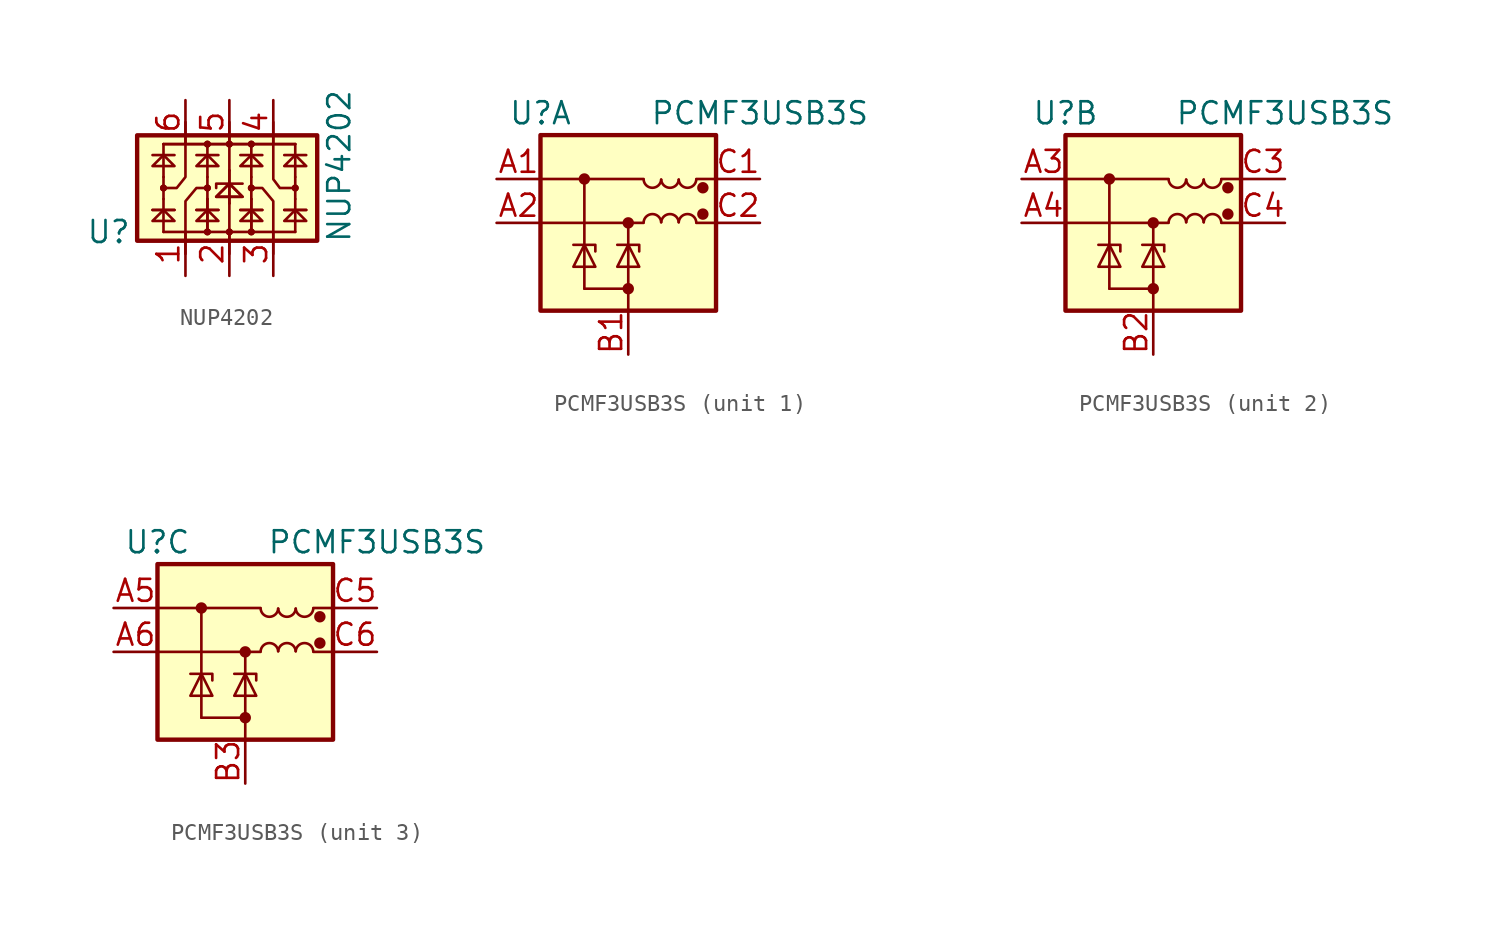
<source format=kicad_sym>
(kicad_symbol_lib
  (version 20241209)
  (generator "kicad_symbol_editor")
  (generator_version "9.0")
  (symbol "NUP4202"
    (property "Reference" "U"
      (at -6.985 -2.54 0)
      (effects (font (size 1.27 1.27))))
    (property "Value" "NUP4202"
      (at 6.35 1.27 90)
      (effects (font (size 1.27 1.27))))
    (symbol "NUP4202_0_1"
      (rectangle (start -5.334 3.048) (end 5.08 -3.048) (stroke (width 0.254) (type default)) (fill (type background)))
      (polyline (pts (xy -4.445 1.905) (xy -3.175 1.905)) (stroke (width 0) (type default)) (fill (type none)))
      (polyline (pts (xy -4.445 1.27) (xy -3.175 1.27) (xy -3.81 1.905) (xy -4.445 1.27)) (stroke (width 0) (type default)) (fill (type none)))
      (polyline (pts (xy -4.445 -1.27) (xy -3.175 -1.27)) (stroke (width 0) (type default)) (fill (type none)))
      (polyline (pts (xy -4.445 -1.27) (xy -3.175 -1.27)) (stroke (width 0) (type default)) (fill (type none)))
      (polyline (pts (xy -4.445 -1.905) (xy -3.175 -1.905) (xy -3.81 -1.27) (xy -4.445 -1.905)) (stroke (width 0) (type default)) (fill (type none)))
      (polyline (pts (xy -3.81 2.54) (xy 3.81 2.54)) (stroke (width 0) (type default)) (fill (type none)))
      (polyline (pts (xy -3.81 2.54) (xy 3.81 2.54)) (stroke (width 0) (type default)) (fill (type none)))
      (polyline (pts (xy -3.81 0.635) (xy -3.81 2.54)) (stroke (width 0) (type default)) (fill (type none)))
      (circle (center -3.81 0) (radius 0.127) (stroke (width 0) (type default)) (fill (type none)))
      (circle (center -3.81 0) (radius 0.127) (stroke (width 0) (type default)) (fill (type none)))
      (polyline (pts (xy -3.81 -0.635) (xy -3.81 0.635)) (stroke (width 0) (type default)) (fill (type none)))
      (polyline (pts (xy -3.81 -2.54) (xy -3.81 -0.635)) (stroke (width 0) (type default)) (fill (type none)))
      (polyline (pts (xy -3.81 -2.54) (xy 3.81 -2.54)) (stroke (width 0) (type default)) (fill (type none)))
      (polyline (pts (xy -2.54 3.81) (xy -2.54 0.635) (xy -3.048 0) (xy -3.937 0)) (stroke (width 0) (type default)) (fill (type none)))
      (polyline (pts (xy -2.54 -3.81) (xy -2.54 -0.762) (xy -1.905 0) (xy -1.27 0)) (stroke (width 0) (type default)) (fill (type none)))
      (polyline (pts (xy -1.905 1.905) (xy -0.635 1.905)) (stroke (width 0) (type default)) (fill (type none)))
      (polyline (pts (xy -1.905 1.27) (xy -0.635 1.27) (xy -1.27 1.905) (xy -1.905 1.27)) (stroke (width 0) (type default)) (fill (type none)))
      (polyline (pts (xy -1.905 -1.27) (xy -0.635 -1.27)) (stroke (width 0) (type default)) (fill (type none)))
      (polyline (pts (xy -1.905 -1.27) (xy -0.635 -1.27)) (stroke (width 0) (type default)) (fill (type none)))
      (polyline (pts (xy -1.905 -1.905) (xy -0.635 -1.905) (xy -1.27 -1.27) (xy -1.905 -1.905)) (stroke (width 0) (type default)) (fill (type none)))
      (circle (center -1.27 2.54) (radius 0.127) (stroke (width 0) (type default)) (fill (type none)))
      (circle (center -1.27 2.54) (radius 0.127) (stroke (width 0) (type default)) (fill (type none)))
      (polyline (pts (xy -1.27 0.635) (xy -1.27 2.54)) (stroke (width 0) (type default)) (fill (type none)))
      (polyline (pts (xy -1.27 0.635) (xy -1.27 -0.635)) (stroke (width 0) (type default)) (fill (type none)))
      (circle (center -1.27 0) (radius 0.127) (stroke (width 0) (type default)) (fill (type none)))
      (circle (center -1.27 0) (radius 0.127) (stroke (width 0) (type default)) (fill (type none)))
      (circle (center -1.27 -2.54) (radius 0.127) (stroke (width 0) (type default)) (fill (type none)))
      (circle (center -1.27 -2.54) (radius 0.127) (stroke (width 0) (type default)) (fill (type none)))
      (polyline (pts (xy -1.27 -2.54) (xy -1.27 -0.635)) (stroke (width 0) (type default)) (fill (type none)))
      (polyline (pts (xy -1.27 -2.54) (xy -1.27 -0.635)) (stroke (width 0) (type default)) (fill (type none)))
      (polyline (pts (xy -0.762 -0.508) (xy 0.762 -0.508) (xy 0 0.254) (xy -0.762 -0.508)) (stroke (width 0) (type default)) (fill (type none)))
      (polyline (pts (xy -0.762 -0.508) (xy 0.762 -0.508) (xy 0 0.254) (xy -0.762 -0.508)) (stroke (width 0) (type default)) (fill (type none)))
      (circle (center 0 2.54) (radius 0.127) (stroke (width 0) (type default)) (fill (type none)))
      (circle (center 0 2.54) (radius 0.127) (stroke (width 0) (type default)) (fill (type none)))
      (polyline (pts (xy 0 1.016) (xy 0 3.81)) (stroke (width 0) (type default)) (fill (type none)))
      (polyline (pts (xy 0 -0.889) (xy 0 1.016)) (stroke (width 0) (type default)) (fill (type none)))
      (polyline (pts (xy 0 -0.889) (xy 0 1.016)) (stroke (width 0) (type default)) (fill (type none)))
      (polyline (pts (xy 0 -0.889) (xy 0 -3.81)) (stroke (width 0) (type default)) (fill (type none)))
      (circle (center 0 -2.54) (radius 0.127) (stroke (width 0) (type default)) (fill (type none)))
      (circle (center 0 -2.54) (radius 0.127) (stroke (width 0) (type default)) (fill (type none)))
      (polyline (pts (xy 0.635 1.905) (xy 1.905 1.905)) (stroke (width 0) (type default)) (fill (type none)))
      (polyline (pts (xy 0.635 1.27) (xy 1.905 1.27) (xy 1.27 1.905) (xy 0.635 1.27)) (stroke (width 0) (type default)) (fill (type none)))
      (polyline (pts (xy 0.635 -1.27) (xy 1.905 -1.27)) (stroke (width 0) (type default)) (fill (type none)))
      (polyline (pts (xy 0.635 -1.27) (xy 1.905 -1.27)) (stroke (width 0) (type default)) (fill (type none)))
      (polyline (pts (xy 0.635 -1.905) (xy 1.905 -1.905) (xy 1.27 -1.27) (xy 0.635 -1.905)) (stroke (width 0) (type default)) (fill (type none)))
      (polyline (pts (xy 0.762 0.254) (xy -0.762 0.254) (xy -0.762 0)) (stroke (width 0) (type default)) (fill (type none)))
      (circle (center 1.27 2.54) (radius 0.127) (stroke (width 0) (type default)) (fill (type none)))
      (circle (center 1.27 2.54) (radius 0.127) (stroke (width 0) (type default)) (fill (type none)))
      (polyline (pts (xy 1.27 0.635) (xy 1.27 2.54)) (stroke (width 0) (type default)) (fill (type none)))
      (polyline (pts (xy 1.27 0.635) (xy 1.27 -0.635)) (stroke (width 0) (type default)) (fill (type none)))
      (circle (center 1.27 0) (radius 0.127) (stroke (width 0) (type default)) (fill (type none)))
      (circle (center 1.27 0) (radius 0.127) (stroke (width 0) (type default)) (fill (type none)))
      (polyline (pts (xy 1.27 -2.54) (xy 1.27 -0.635)) (stroke (width 0) (type default)) (fill (type none)))
      (polyline (pts (xy 1.27 -2.54) (xy 1.27 -0.635)) (stroke (width 0) (type default)) (fill (type none)))
      (circle (center 1.27 -2.54) (radius 0.127) (stroke (width 0) (type default)) (fill (type none)))
      (circle (center 1.27 -2.54) (radius 0.127) (stroke (width 0) (type default)) (fill (type none)))
      (polyline (pts (xy 2.54 3.81) (xy 2.54 0.508) (xy 2.921 0) (xy 3.81 0)) (stroke (width 0) (type default)) (fill (type none)))
      (polyline (pts (xy 2.54 -3.81) (xy 2.54 -0.762) (xy 1.905 0) (xy 1.143 0)) (stroke (width 0) (type default)) (fill (type none)))
      (polyline (pts (xy 3.175 1.905) (xy 4.445 1.905)) (stroke (width 0) (type default)) (fill (type none)))
      (polyline (pts (xy 3.175 1.27) (xy 4.445 1.27) (xy 3.81 1.905) (xy 3.175 1.27)) (stroke (width 0) (type default)) (fill (type none)))
      (polyline (pts (xy 3.175 -1.27) (xy 4.445 -1.27)) (stroke (width 0) (type default)) (fill (type none)))
      (polyline (pts (xy 3.175 -1.27) (xy 4.445 -1.27)) (stroke (width 0) (type default)) (fill (type none)))
      (polyline (pts (xy 3.175 -1.905) (xy 4.445 -1.905) (xy 3.81 -1.27) (xy 3.175 -1.905)) (stroke (width 0) (type default)) (fill (type none)))
      (polyline (pts (xy 3.81 0.635) (xy 3.81 2.54)) (stroke (width 0) (type default)) (fill (type none)))
      (polyline (pts (xy 3.81 0.635) (xy 3.81 -0.635)) (stroke (width 0) (type default)) (fill (type none)))
      (circle (center 3.81 0) (radius 0.127) (stroke (width 0) (type default)) (fill (type none)))
      (circle (center 3.81 0) (radius 0.127) (stroke (width 0) (type default)) (fill (type none)))
      (polyline (pts (xy 3.81 -2.54) (xy 3.81 -0.635)) (stroke (width 0) (type default)) (fill (type none))))
    (symbol "NUP4202_1_1"
      (pin passive line (at -2.54 5.08 270) (length 2.54) (name "~" (effects (font (size 1.27 1.27)))) (number "6" (effects (font (size 1.27 1.27)))))
      (pin passive line (at -2.54 -5.08 90) (length 2.54) (name "~" (effects (font (size 1.27 1.27)))) (number "1" (effects (font (size 1.27 1.27)))))
      (pin passive line (at 0 5.08 270) (length 2.54) (name "~" (effects (font (size 1.27 1.27)))) (number "5" (effects (font (size 1.27 1.27)))))
      (pin passive line (at 0 -5.08 90) (length 2.54) (name "~" (effects (font (size 1.27 1.27)))) (number "2" (effects (font (size 1.27 1.27)))))
      (pin passive line (at 2.54 5.08 270) (length 2.54) (name "~" (effects (font (size 1.27 1.27)))) (number "4" (effects (font (size 1.27 1.27)))))
      (pin passive line (at 2.54 -5.08 90) (length 2.54) (name "~" (effects (font (size 1.27 1.27)))) (number "3" (effects (font (size 1.27 1.27)))))))
  (symbol "PCMF3USB3S"
    (pin_names
      (offset 0.025)
      (hide yes))
    (property "Reference" "U"
      (at -5.08 6.35 0)
      (effects (font (size 1.27 1.27))))
    (property "Value" "PCMF3USB3S"
      (at 7.62 6.35 0)
      (effects (font (size 1.27 1.27))))
    (symbol "PCMF3USB3S_0_1"
      (rectangle (start -5.08 5.08) (end 5.08 -5.08) (stroke (width 0.254) (type default)) (fill (type background)))
      (polyline (pts (xy -5.08 2.54) (xy 0.889 2.54)) (stroke (width 0) (type default)) (fill (type none)))
      (polyline (pts (xy -5.08 0) (xy 0.889 0)) (stroke (width 0) (type default)) (fill (type none)))
      (polyline (pts (xy -2.54 2.54) (xy -2.54 -3.81)) (stroke (width 0) (type default)) (fill (type none)))
      (polyline (pts (xy 0 0) (xy 0 -5.08)) (stroke (width 0) (type default)) (fill (type none)))
      (arc (start 1.905 2.5023) (mid 1.397 2.0306) (end 0.889 2.5023) (stroke (width 0) (type default)) (fill (type none)))
      (arc (start 0.889 0.0377) (mid 1.397 0.5094) (end 1.905 0.0377) (stroke (width 0) (type default)) (fill (type none)))
      (arc (start 2.921 2.5023) (mid 2.413 2.0306) (end 1.905 2.5023) (stroke (width 0) (type default)) (fill (type none)))
      (arc (start 1.905 0.0377) (mid 2.413 0.5094) (end 2.921 0.0377) (stroke (width 0) (type default)) (fill (type none)))
      (arc (start 3.937 2.5023) (mid 3.429 2.0306) (end 2.921 2.5023) (stroke (width 0) (type default)) (fill (type none)))
      (arc (start 2.921 0.0377) (mid 3.429 0.5094) (end 3.937 0.0377) (stroke (width 0) (type default)) (fill (type none)))
      (polyline (pts (xy 5.08 2.54) (xy 3.937 2.54)) (stroke (width 0) (type default)) (fill (type none)))
      (polyline (pts (xy 5.08 0) (xy 3.937 0)) (stroke (width 0) (type default)) (fill (type none))))
    (symbol "PCMF3USB3S_1_1"
      (polyline (pts (xy -3.175 -2.54) (xy -1.905 -2.54) (xy -2.54 -1.27) (xy -3.175 -2.54)) (stroke (width 0) (type default)) (fill (type none)))
      (circle (center -2.54 2.54) (radius 0.254) (stroke (width 0) (type default)) (fill (type outline)))
      (polyline (pts (xy -1.905 -1.651) (xy -1.905 -1.27) (xy -3.175 -1.27)) (stroke (width 0) (type default)) (fill (type none)))
      (polyline (pts (xy -0.635 -2.54) (xy 0.635 -2.54) (xy 0 -1.27) (xy -0.635 -2.54)) (stroke (width 0) (type default)) (fill (type none)))
      (circle (center 0 0) (radius 0.254) (stroke (width 0) (type default)) (fill (type outline)))
      (polyline (pts (xy 0 -3.81) (xy -2.54 -3.81)) (stroke (width 0) (type default)) (fill (type none)))
      (circle (center 0 -3.81) (radius 0.254) (stroke (width 0) (type default)) (fill (type outline)))
      (polyline (pts (xy 0.635 -1.651) (xy 0.635 -1.27) (xy -0.635 -1.27)) (stroke (width 0) (type default)) (fill (type none)))
      (circle (center 4.318 2.032) (radius 0.254) (stroke (width 0) (type default)) (fill (type outline)))
      (circle (center 4.318 0.508) (radius 0.254) (stroke (width 0) (type default)) (fill (type outline)))
      (pin passive line (at -7.62 2.54 0) (length 2.54) (name "CH1_IN+" (effects (font (size 1.27 1.27)))) (number "A1" (effects (font (size 1.27 1.27)))))
      (pin passive line (at -7.62 0 0) (length 2.54) (name "CH1_IN-" (effects (font (size 1.27 1.27)))) (number "A2" (effects (font (size 1.27 1.27)))))
      (pin power_in line (at 0 -7.62 90) (length 2.54) (name "GND_CH1" (effects (font (size 1.27 1.27)))) (number "B1" (effects (font (size 1.27 1.27)))))
      (pin passive line (at 7.62 2.54 180) (length 2.54) (name "CH1_OUT+" (effects (font (size 1.27 1.27)))) (number "C1" (effects (font (size 1.27 1.27)))))
      (pin passive line (at 7.62 0 180) (length 2.54) (name "CH1_OUT-" (effects (font (size 1.27 1.27)))) (number "C2" (effects (font (size 1.27 1.27))))))
    (symbol "PCMF3USB3S_2_1"
      (polyline (pts (xy -3.175 -2.54) (xy -1.905 -2.54) (xy -2.54 -1.27) (xy -3.175 -2.54)) (stroke (width 0) (type default)) (fill (type none)))
      (circle (center -2.54 2.54) (radius 0.254) (stroke (width 0) (type default)) (fill (type outline)))
      (polyline (pts (xy -1.905 -1.651) (xy -1.905 -1.27) (xy -3.175 -1.27)) (stroke (width 0) (type default)) (fill (type none)))
      (polyline (pts (xy -0.635 -2.54) (xy 0.635 -2.54) (xy 0 -1.27) (xy -0.635 -2.54)) (stroke (width 0) (type default)) (fill (type none)))
      (circle (center 0 0) (radius 0.254) (stroke (width 0) (type default)) (fill (type outline)))
      (polyline (pts (xy 0 -3.81) (xy -2.54 -3.81)) (stroke (width 0) (type default)) (fill (type none)))
      (circle (center 0 -3.81) (radius 0.254) (stroke (width 0) (type default)) (fill (type outline)))
      (polyline (pts (xy 0.635 -1.651) (xy 0.635 -1.27) (xy -0.635 -1.27)) (stroke (width 0) (type default)) (fill (type none)))
      (circle (center 4.318 2.032) (radius 0.254) (stroke (width 0) (type default)) (fill (type outline)))
      (circle (center 4.318 0.508) (radius 0.254) (stroke (width 0) (type default)) (fill (type outline)))
      (pin passive line (at -7.62 2.54 0) (length 2.54) (name "CH2_IN+" (effects (font (size 1.27 1.27)))) (number "A3" (effects (font (size 1.27 1.27)))))
      (pin passive line (at -7.62 0 0) (length 2.54) (name "CH2_IN-" (effects (font (size 1.27 1.27)))) (number "A4" (effects (font (size 1.27 1.27)))))
      (pin power_in line (at 0 -7.62 90) (length 2.54) (name "GND_CH2" (effects (font (size 1.27 1.27)))) (number "B2" (effects (font (size 1.27 1.27)))))
      (pin passive line (at 7.62 2.54 180) (length 2.54) (name "CH2_OUT+" (effects (font (size 1.27 1.27)))) (number "C3" (effects (font (size 1.27 1.27)))))
      (pin passive line (at 7.62 0 180) (length 2.54) (name "CH2_OUT-" (effects (font (size 1.27 1.27)))) (number "C4" (effects (font (size 1.27 1.27))))))
    (symbol "PCMF3USB3S_3_1"
      (polyline (pts (xy -3.175 -2.54) (xy -1.905 -2.54) (xy -2.54 -1.27) (xy -3.175 -2.54)) (stroke (width 0) (type default)) (fill (type none)))
      (circle (center -2.54 2.54) (radius 0.254) (stroke (width 0) (type default)) (fill (type outline)))
      (polyline (pts (xy -1.905 -1.651) (xy -1.905 -1.27) (xy -3.175 -1.27)) (stroke (width 0) (type default)) (fill (type none)))
      (polyline (pts (xy -0.635 -2.54) (xy 0.635 -2.54) (xy 0 -1.27) (xy -0.635 -2.54)) (stroke (width 0) (type default)) (fill (type none)))
      (circle (center 0 0) (radius 0.254) (stroke (width 0) (type default)) (fill (type outline)))
      (polyline (pts (xy 0 -3.81) (xy -2.54 -3.81)) (stroke (width 0) (type default)) (fill (type none)))
      (circle (center 0 -3.81) (radius 0.254) (stroke (width 0) (type default)) (fill (type outline)))
      (polyline (pts (xy 0.635 -1.651) (xy 0.635 -1.27) (xy -0.635 -1.27)) (stroke (width 0) (type default)) (fill (type none)))
      (circle (center 4.318 2.032) (radius 0.254) (stroke (width 0) (type default)) (fill (type outline)))
      (circle (center 4.318 0.508) (radius 0.254) (stroke (width 0) (type default)) (fill (type outline)))
      (pin passive line (at -7.62 2.54 0) (length 2.54) (name "CH3_IN+" (effects (font (size 1.27 1.27)))) (number "A5" (effects (font (size 1.27 1.27)))))
      (pin passive line (at -7.62 0 0) (length 2.54) (name "CH3_IN-" (effects (font (size 1.27 1.27)))) (number "A6" (effects (font (size 1.27 1.27)))))
      (pin power_in line (at 0 -7.62 90) (length 2.54) (name "GND_CH3" (effects (font (size 1.27 1.27)))) (number "B3" (effects (font (size 1.27 1.27)))))
      (pin passive line (at 7.62 2.54 180) (length 2.54) (name "CH3_OUT+" (effects (font (size 1.27 1.27)))) (number "C5" (effects (font (size 1.27 1.27)))))
      (pin passive line (at 7.62 0 180) (length 2.54) (name "CH3_OUT-" (effects (font (size 1.27 1.27)))) (number "C6" (effects (font (size 1.27 1.27))))))))
</source>
